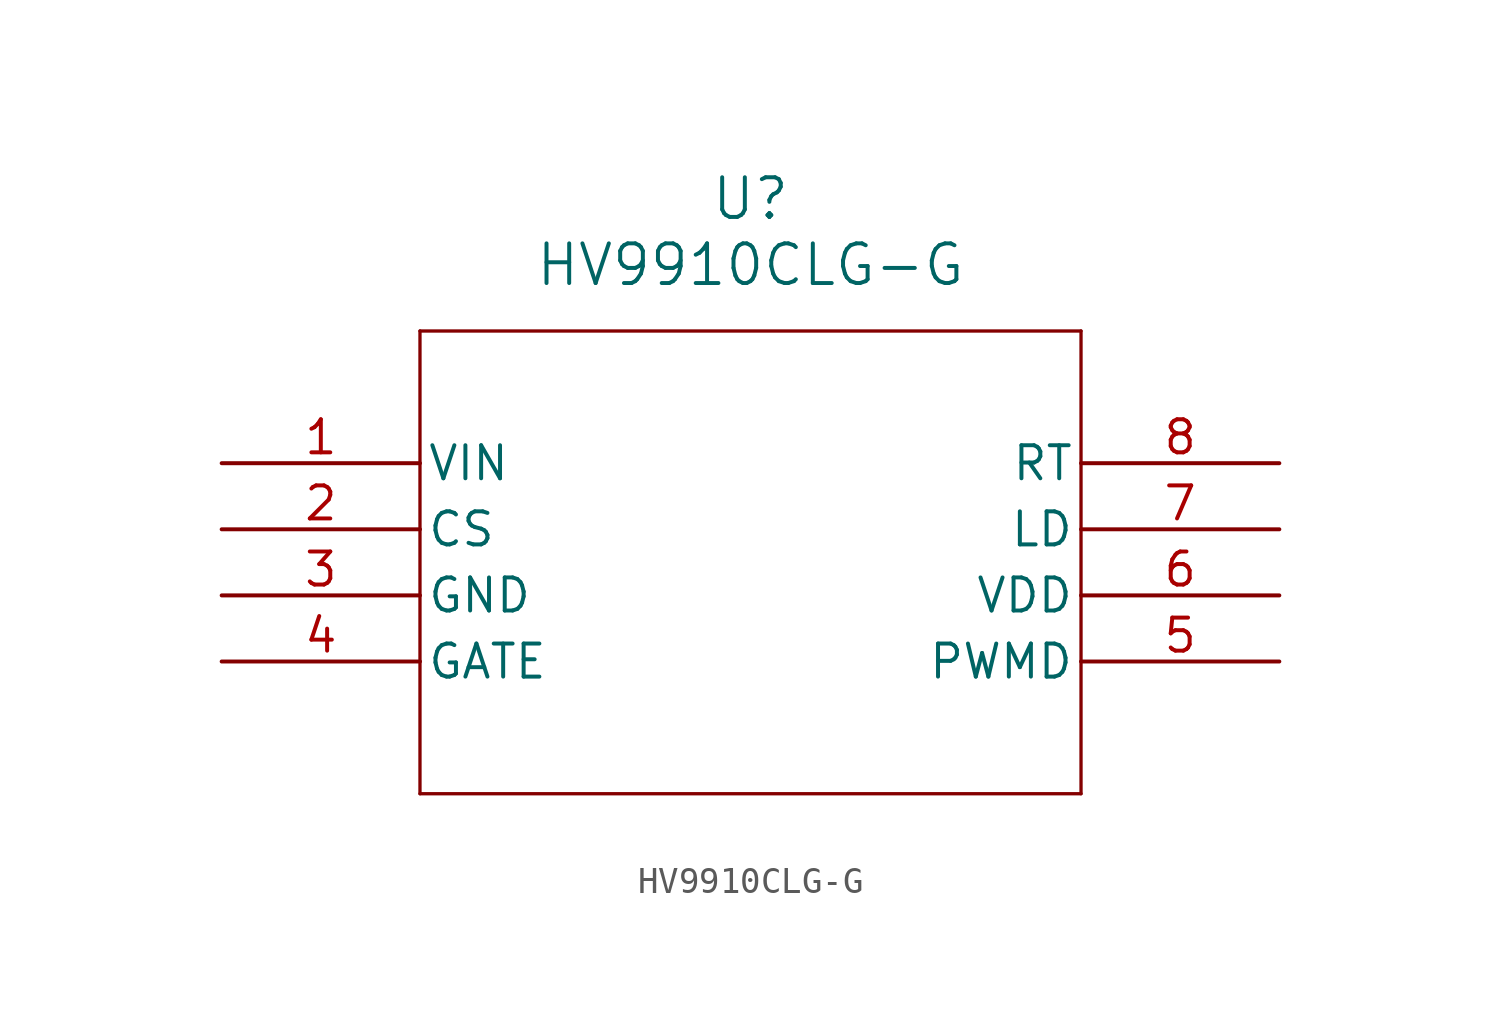
<source format=kicad_sym>
(kicad_symbol_lib
  (version 20211014)
  (generator kicad_symbol_editor)
  (symbol "HV9910CLG-G"
    (pin_names
      (offset 0.254))
    (property "Reference" "U"
      (at 20.32 10.16 0)
      (effects (font (size 1.524 1.524))))
    (property "Value" "HV9910CLG-G"
      (at 20.32 7.62 0)
      (effects (font (size 1.524 1.524))))
    (symbol "HV9910CLG-G_0_1"
      (polyline (pts (xy 7.62 5.08) (xy 7.62 -12.7)) (stroke (width 0.127) (type default) (color 0 0 0 0)) (fill (type none)))
      (polyline (pts (xy 7.62 -12.7) (xy 33.02 -12.7)) (stroke (width 0.127) (type default) (color 0 0 0 0)) (fill (type none)))
      (polyline (pts (xy 33.02 -12.7) (xy 33.02 5.08)) (stroke (width 0.127) (type default) (color 0 0 0 0)) (fill (type none)))
      (polyline (pts (xy 33.02 5.08) (xy 7.62 5.08)) (stroke (width 0.127) (type default) (color 0 0 0 0)) (fill (type none)))
      (pin input line (at 0 0 0) (length 7.62) (name "VIN" (effects (font (size 1.27 1.27)))) (number "1" (effects (font (size 1.27 1.27)))))
      (pin output line (at 0 -2.54 0) (length 7.62) (name "CS" (effects (font (size 1.27 1.27)))) (number "2" (effects (font (size 1.27 1.27)))))
      (pin power_in line (at 0 -5.08 0) (length 7.62) (name "GND" (effects (font (size 1.27 1.27)))) (number "3" (effects (font (size 1.27 1.27)))))
      (pin output line (at 0 -7.62 0) (length 7.62) (name "GATE" (effects (font (size 1.27 1.27)))) (number "4" (effects (font (size 1.27 1.27)))))
      (pin input line (at 40.64 -7.62 180) (length 7.62) (name "PWMD" (effects (font (size 1.27 1.27)))) (number "5" (effects (font (size 1.27 1.27)))))
      (pin power_in line (at 40.64 -5.08 180) (length 7.62) (name "VDD" (effects (font (size 1.27 1.27)))) (number "6" (effects (font (size 1.27 1.27)))))
      (pin input line (at 40.64 -2.54 180) (length 7.62) (name "LD" (effects (font (size 1.27 1.27)))) (number "7" (effects (font (size 1.27 1.27)))))
      (pin unspecified line (at 40.64 0 180) (length 7.62) (name "RT" (effects (font (size 1.27 1.27)))) (number "8" (effects (font (size 1.27 1.27))))))))
</source>
